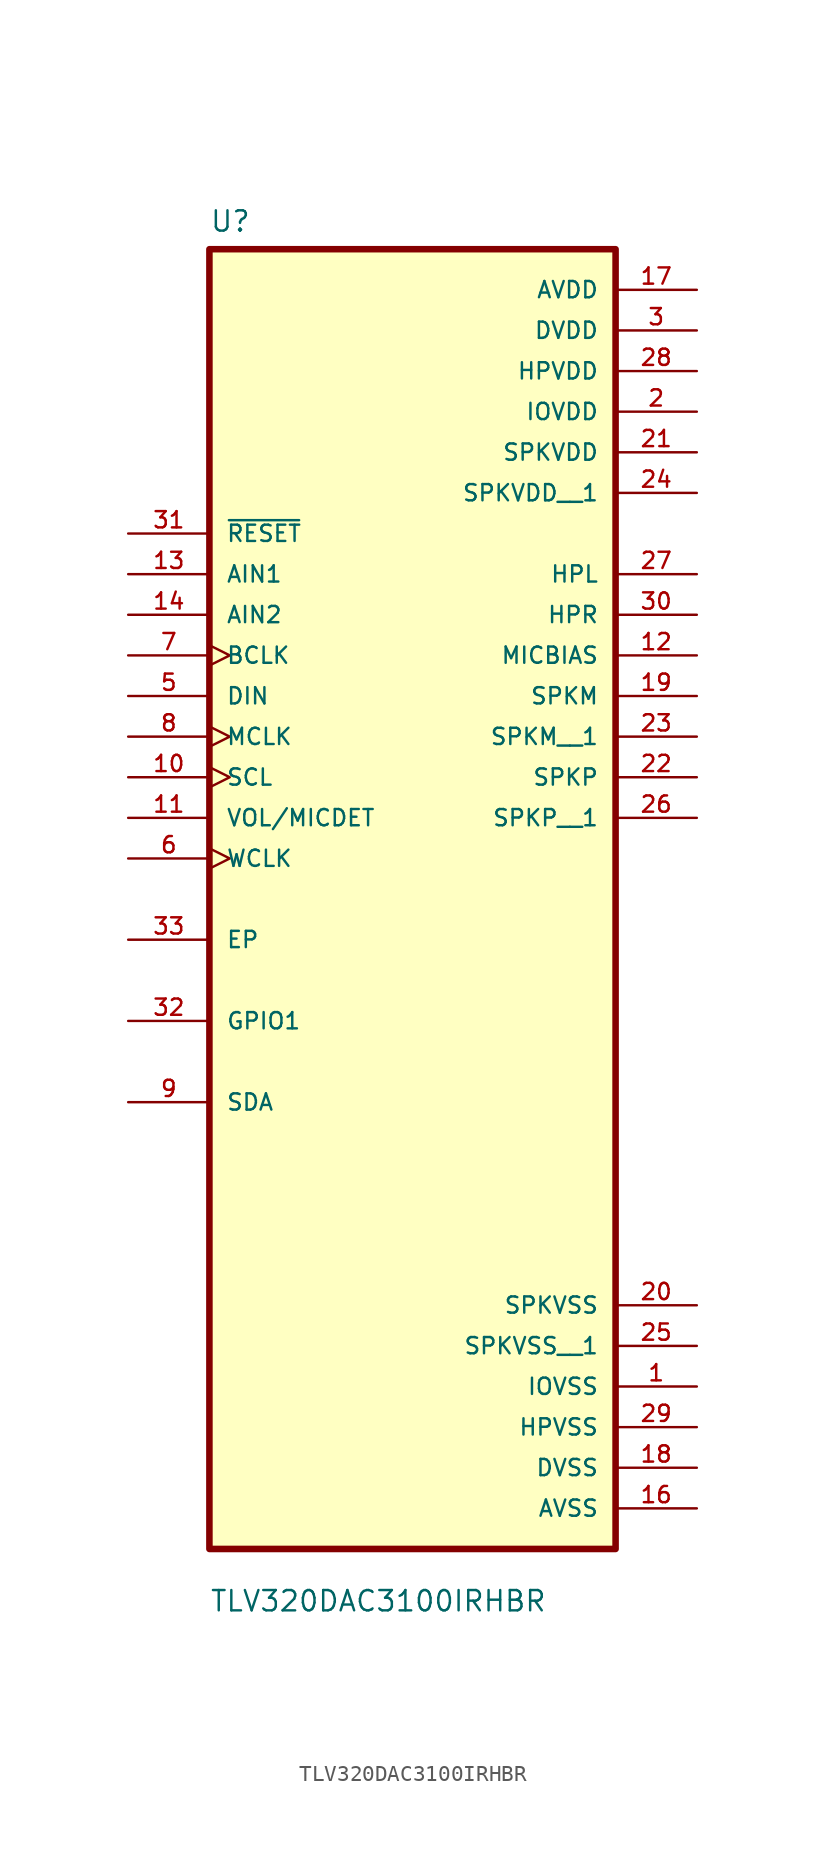
<source format=kicad_sym>
(kicad_symbol_lib
  (version 20211014)
  (generator kicad_symbol_editor)
  (symbol "TLV320DAC3100IRHBR"
    (pin_names
      (offset 1.016))
    (property "Reference" "U"
      (at -12.7 36.56 0.0)
      (effects (font (size 1.27 1.27)) (justify bottom left)))
    (property "Value" "TLV320DAC3100IRHBR"
      (at -12.7 -49.72 0.0)
      (effects (font (size 1.27 1.27)) (justify bottom left)))
    (symbol "TLV320DAC3100IRHBR_0_0"
      (rectangle (start -12.7 -45.72) (end 12.7 35.56) (stroke (width 0.41)) (fill (type background)))
      (pin input line (at -17.78 17.78 0) (length 5.08) (name "~{RESET}" (effects (font (size 1.016 1.016)))) (number "31" (effects (font (size 1.016 1.016)))))
      (pin input line (at -17.78 15.24 0) (length 5.08) (name "AIN1" (effects (font (size 1.016 1.016)))) (number "13" (effects (font (size 1.016 1.016)))))
      (pin input line (at -17.78 12.7 0) (length 5.08) (name "AIN2" (effects (font (size 1.016 1.016)))) (number "14" (effects (font (size 1.016 1.016)))))
      (pin input clock (at -17.78 10.16 0) (length 5.08) (name "BCLK" (effects (font (size 1.016 1.016)))) (number "7" (effects (font (size 1.016 1.016)))))
      (pin input line (at -17.78 7.62 0) (length 5.08) (name "DIN" (effects (font (size 1.016 1.016)))) (number "5" (effects (font (size 1.016 1.016)))))
      (pin input clock (at -17.78 5.08 0) (length 5.08) (name "MCLK" (effects (font (size 1.016 1.016)))) (number "8" (effects (font (size 1.016 1.016)))))
      (pin input clock (at -17.78 2.54 0) (length 5.08) (name "SCL" (effects (font (size 1.016 1.016)))) (number "10" (effects (font (size 1.016 1.016)))))
      (pin input line (at -17.78 7.10543e-15 0) (length 5.08) (name "VOL/MICDET" (effects (font (size 1.016 1.016)))) (number "11" (effects (font (size 1.016 1.016)))))
      (pin input clock (at -17.78 -2.54 0) (length 5.08) (name "WCLK" (effects (font (size 1.016 1.016)))) (number "6" (effects (font (size 1.016 1.016)))))
      (pin bidirectional line (at -17.78 -7.62 0) (length 5.08) (name "EP" (effects (font (size 1.016 1.016)))) (number "33" (effects (font (size 1.016 1.016)))))
      (pin bidirectional line (at -17.78 -12.7 0) (length 5.08) (name "GPIO1" (effects (font (size 1.016 1.016)))) (number "32" (effects (font (size 1.016 1.016)))))
      (pin bidirectional line (at -17.78 -17.78 0) (length 5.08) (name "SDA" (effects (font (size 1.016 1.016)))) (number "9" (effects (font (size 1.016 1.016)))))
      (pin power_in line (at 17.78 33.02 180.0) (length 5.08) (name "AVDD" (effects (font (size 1.016 1.016)))) (number "17" (effects (font (size 1.016 1.016)))))
      (pin power_in line (at 17.78 30.48 180.0) (length 5.08) (name "DVDD" (effects (font (size 1.016 1.016)))) (number "3" (effects (font (size 1.016 1.016)))))
      (pin power_in line (at 17.78 27.94 180.0) (length 5.08) (name "HPVDD" (effects (font (size 1.016 1.016)))) (number "28" (effects (font (size 1.016 1.016)))))
      (pin power_in line (at 17.78 25.4 180.0) (length 5.08) (name "IOVDD" (effects (font (size 1.016 1.016)))) (number "2" (effects (font (size 1.016 1.016)))))
      (pin power_in line (at 17.78 22.86 180.0) (length 5.08) (name "SPKVDD" (effects (font (size 1.016 1.016)))) (number "21" (effects (font (size 1.016 1.016)))))
      (pin output line (at 17.78 15.24 180.0) (length 5.08) (name "HPL" (effects (font (size 1.016 1.016)))) (number "27" (effects (font (size 1.016 1.016)))))
      (pin output line (at 17.78 12.7 180.0) (length 5.08) (name "HPR" (effects (font (size 1.016 1.016)))) (number "30" (effects (font (size 1.016 1.016)))))
      (pin output line (at 17.78 10.16 180.0) (length 5.08) (name "MICBIAS" (effects (font (size 1.016 1.016)))) (number "12" (effects (font (size 1.016 1.016)))))
      (pin output line (at 17.78 7.62 180.0) (length 5.08) (name "SPKM" (effects (font (size 1.016 1.016)))) (number "19" (effects (font (size 1.016 1.016)))))
      (pin output line (at 17.78 2.54 180.0) (length 5.08) (name "SPKP" (effects (font (size 1.016 1.016)))) (number "22" (effects (font (size 1.016 1.016)))))
      (pin power_in line (at 17.78 -30.48 180.0) (length 5.08) (name "SPKVSS" (effects (font (size 1.016 1.016)))) (number "20" (effects (font (size 1.016 1.016)))))
      (pin power_in line (at 17.78 -35.56 180.0) (length 5.08) (name "IOVSS" (effects (font (size 1.016 1.016)))) (number "1" (effects (font (size 1.016 1.016)))))
      (pin power_in line (at 17.78 -38.1 180.0) (length 5.08) (name "HPVSS" (effects (font (size 1.016 1.016)))) (number "29" (effects (font (size 1.016 1.016)))))
      (pin power_in line (at 17.78 -40.64 180.0) (length 5.08) (name "DVSS" (effects (font (size 1.016 1.016)))) (number "18" (effects (font (size 1.016 1.016)))))
      (pin power_in line (at 17.78 -43.18 180.0) (length 5.08) (name "AVSS" (effects (font (size 1.016 1.016)))) (number "16" (effects (font (size 1.016 1.016)))))
      (pin power_in line (at 17.78 20.32 180.0) (length 5.08) (name "SPKVDD__1" (effects (font (size 1.016 1.016)))) (number "24" (effects (font (size 1.016 1.016)))))
      (pin output line (at 17.78 5.08 180.0) (length 5.08) (name "SPKM__1" (effects (font (size 1.016 1.016)))) (number "23" (effects (font (size 1.016 1.016)))))
      (pin output line (at 17.78 0.0 180.0) (length 5.08) (name "SPKP__1" (effects (font (size 1.016 1.016)))) (number "26" (effects (font (size 1.016 1.016)))))
      (pin power_in line (at 17.78 -33.02 180.0) (length 5.08) (name "SPKVSS__1" (effects (font (size 1.016 1.016)))) (number "25" (effects (font (size 1.016 1.016))))))))
</source>
